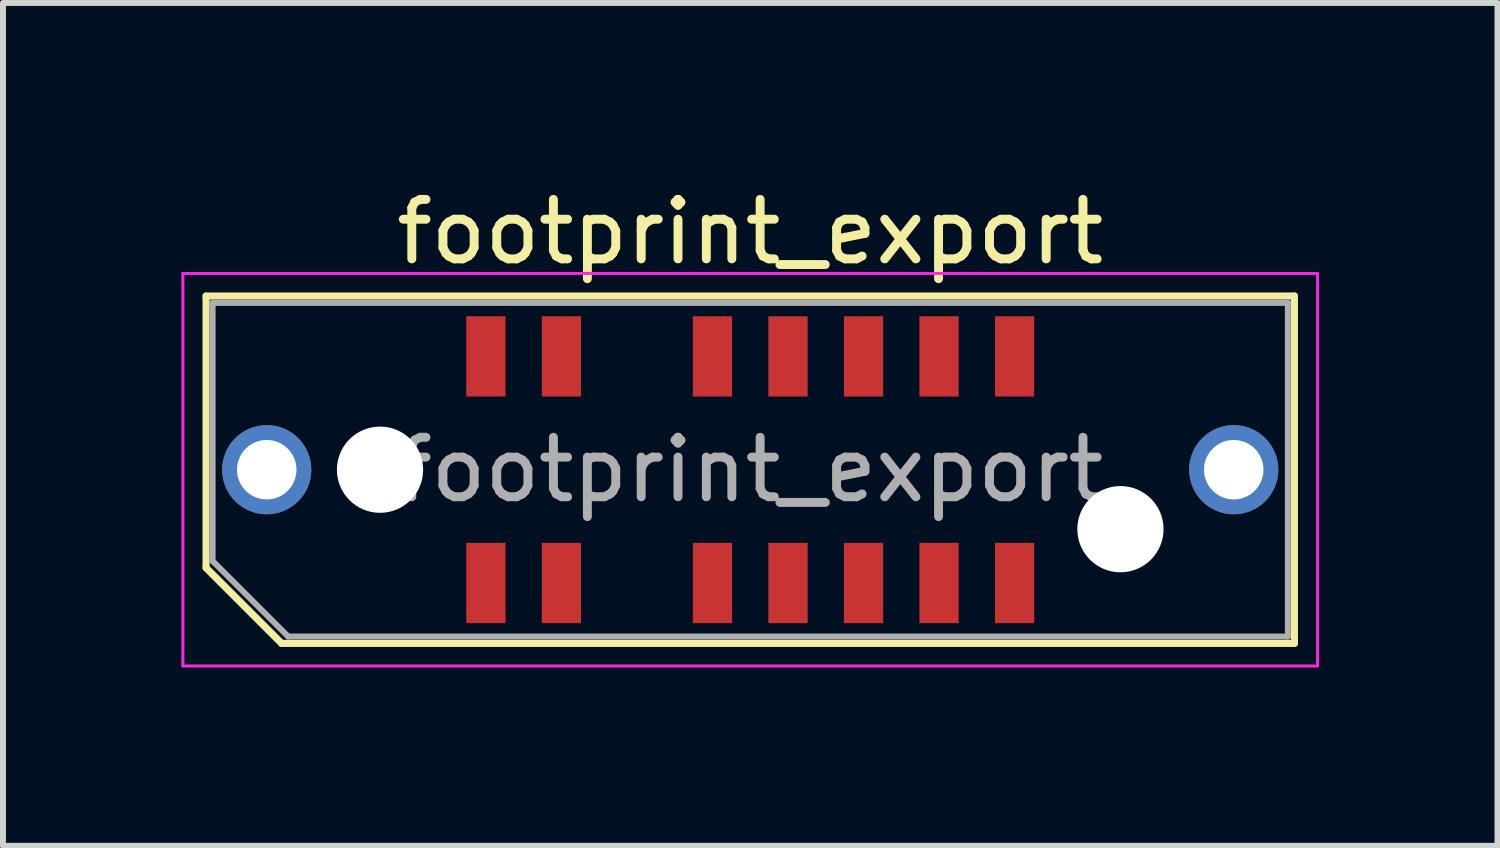
<source format=kicad_pcb>
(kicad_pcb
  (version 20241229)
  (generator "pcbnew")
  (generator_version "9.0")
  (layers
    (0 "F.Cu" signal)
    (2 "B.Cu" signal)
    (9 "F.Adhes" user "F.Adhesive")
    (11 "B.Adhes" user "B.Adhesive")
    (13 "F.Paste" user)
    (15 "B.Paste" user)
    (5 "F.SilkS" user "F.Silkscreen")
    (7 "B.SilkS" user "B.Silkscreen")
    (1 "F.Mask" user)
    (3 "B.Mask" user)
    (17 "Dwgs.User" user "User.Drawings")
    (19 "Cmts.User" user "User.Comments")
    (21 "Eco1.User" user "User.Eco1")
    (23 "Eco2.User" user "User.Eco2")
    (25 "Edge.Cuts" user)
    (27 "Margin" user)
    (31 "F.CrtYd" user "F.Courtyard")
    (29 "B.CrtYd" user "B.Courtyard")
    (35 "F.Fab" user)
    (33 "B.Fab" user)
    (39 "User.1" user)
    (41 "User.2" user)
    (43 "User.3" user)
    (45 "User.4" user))
  (footprint "footprint_export"
    (layer "F.Cu")
    (at 9.565 4.848)
    (property "Reference" "footprint_export" (at 0 -4 0) (layer "F.SilkS") (effects (font (size 1 1) (thickness 0.15))))
    (attr smd)
    (fp_line (start -9.15 -2.92) (end 9.15 -2.92) (stroke (width 0.12) (type solid)) (layer "F.SilkS"))
    (fp_line (start -9.15 1.65) (end -9.15 -2.92) (stroke (width 0.12) (type solid)) (layer "F.SilkS"))
    (fp_line (start -7.88 2.92) (end -9.15 1.65) (stroke (width 0.12) (type solid)) (layer "F.SilkS"))
    (fp_line (start -7.88 2.92) (end 9.15 2.92) (stroke (width 0.12) (type solid)) (layer "F.SilkS"))
    (fp_line (start 9.15 2.92) (end 9.15 -2.92) (stroke (width 0.12) (type solid)) (layer "F.SilkS"))
    (fp_line (start -9.54 -3.3) (end -9.54 3.3) (stroke (width 0.05) (type solid)) (layer "F.CrtYd"))
    (fp_line (start -9.54 3.3) (end 9.54 3.3) (stroke (width 0.05) (type solid)) (layer "F.CrtYd"))
    (fp_line (start 9.54 -3.3) (end -9.54 -3.3) (stroke (width 0.05) (type solid)) (layer "F.CrtYd"))
    (fp_line (start 9.54 3.3) (end 9.54 -3.3) (stroke (width 0.05) (type solid)) (layer "F.CrtYd"))
    (fp_line (start -9.04 -2.805) (end 9.04 -2.805) (stroke (width 0.1) (type solid)) (layer "F.Fab"))
    (fp_line (start -9.04 1.535) (end -9.04 -2.805) (stroke (width 0.1) (type solid)) (layer "F.Fab"))
    (fp_line (start -9.04 1.535) (end -7.77 2.805) (stroke (width 0.1) (type solid)) (layer "F.Fab"))
    (fp_line (start -7.77 2.805) (end 9.04 2.805) (stroke (width 0.1) (type solid)) (layer "F.Fab"))
    (fp_line (start 9.04 2.805) (end 9.04 -2.805) (stroke (width 0.1) (type solid)) (layer "F.Fab"))
    (fp_text user "${REFERENCE}" (at 0 0 0) (layer "F.Fab") (effects (font (size 1 1) (thickness 0.15))))
    (pad "" thru_hole circle (at -8.13 0) (size 1.5 1.5) (drill 1) (layers "*.Cu" "*.Mask"))
    (pad "" np_thru_hole circle (at -6.225 0) (size 1.45 1.45) (drill 1.45) (layers "*.Cu" "*.Mask"))
    (pad "" np_thru_hole circle (at 6.225 1) (size 1.45 1.45) (drill 1.45) (layers "*.Cu" "*.Mask"))
    (pad "" thru_hole circle (at 8.13 0) (size 1.5 1.5) (drill 1) (layers "*.Cu" "*.Mask"))
    (pad "1" smd rect (at -4.445 1.905) (size 0.66 1.35) (layers "F.Cu" "F.Mask" "F.Paste"))
    (pad "2" smd rect (at -4.445 -1.905) (size 0.66 1.35) (layers "F.Cu" "F.Mask" "F.Paste"))
    (pad "3" smd rect (at -3.175 1.905) (size 0.66 1.35) (layers "F.Cu" "F.Mask" "F.Paste"))
    (pad "4" smd rect (at -3.175 -1.905) (size 0.66 1.35) (layers "F.Cu" "F.Mask" "F.Paste"))
    (pad "7" smd rect (at -0.635 1.905) (size 0.66 1.35) (layers "F.Cu" "F.Mask" "F.Paste"))
    (pad "8" smd rect (at -0.635 -1.905) (size 0.66 1.35) (layers "F.Cu" "F.Mask" "F.Paste"))
    (pad "9" smd rect (at 0.635 1.905) (size 0.66 1.35) (layers "F.Cu" "F.Mask" "F.Paste"))
    (pad "10" smd rect (at 0.635 -1.905) (size 0.66 1.35) (layers "F.Cu" "F.Mask" "F.Paste"))
    (pad "11" smd rect (at 1.905 1.905) (size 0.66 1.35) (layers "F.Cu" "F.Mask" "F.Paste"))
    (pad "12" smd rect (at 1.905 -1.905) (size 0.66 1.35) (layers "F.Cu" "F.Mask" "F.Paste"))
    (pad "13" smd rect (at 3.175 1.905) (size 0.66 1.35) (layers "F.Cu" "F.Mask" "F.Paste"))
    (pad "14" smd rect (at 3.175 -1.905) (size 0.66 1.35) (layers "F.Cu" "F.Mask" "F.Paste"))
    (pad "15" smd rect (at 4.445 1.905) (size 0.66 1.35) (layers "F.Cu" "F.Mask" "F.Paste"))
    (pad "16" smd rect (at 4.445 -1.905) (size 0.66 1.35) (layers "F.Cu" "F.Mask" "F.Paste")))
  (gr_rect
    (start -3 -3)
    (end 22.13 11.173)
    (stroke (width 0.1) (type default))
    (fill no)
    (layer "Edge.Cuts")))
</source>
